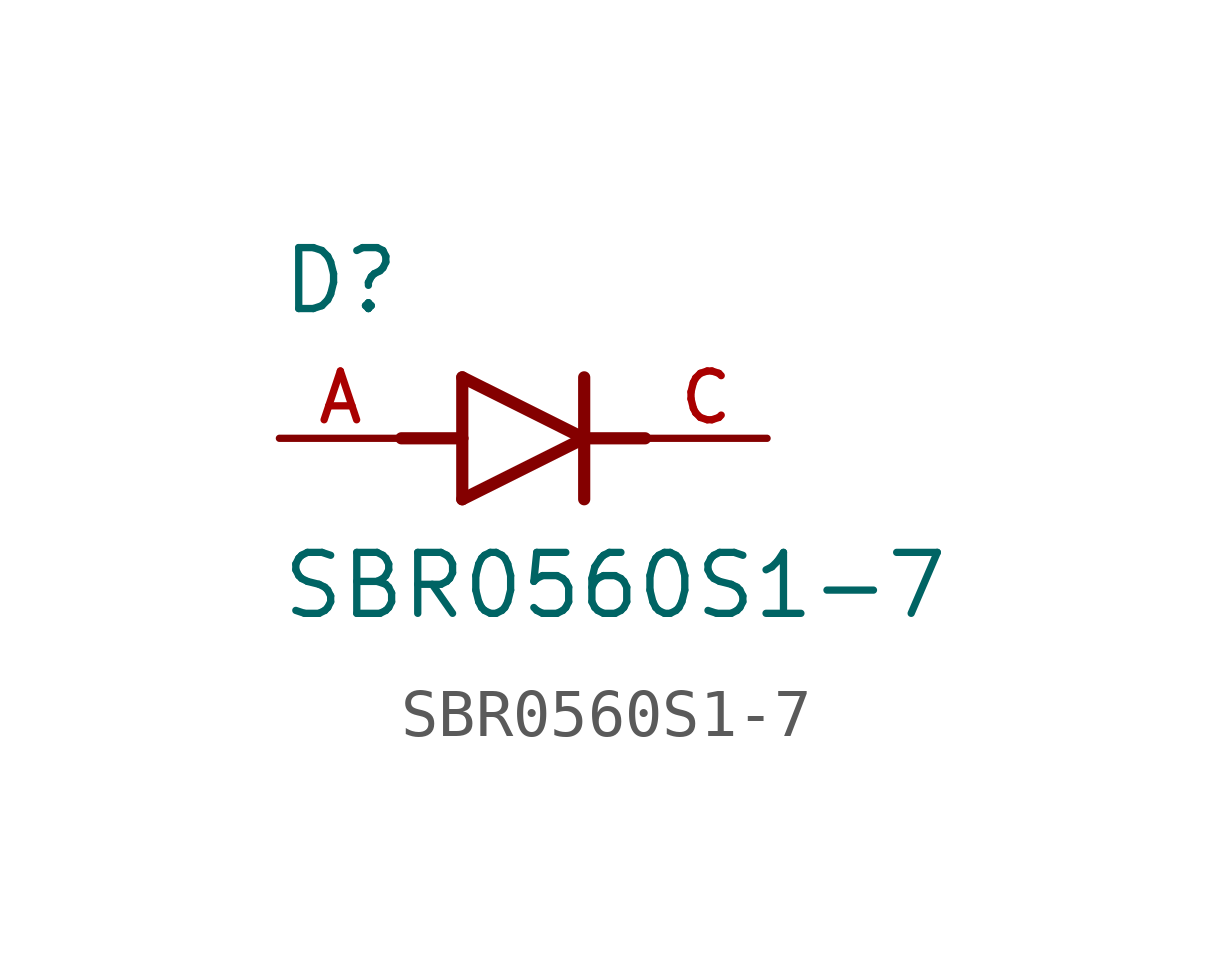
<source format=kicad_sym>
(kicad_symbol_lib
  (version 20211014)
  (generator kicad_symbol_editor)
  (symbol "SBR0560S1-7"
    (pin_names
      (offset 1.016))
    (property "Reference" "D"
      (at -5.08 2.54 0)
      (effects (font (size 1.27 1.27)) (justify bottom left)))
    (property "Value" "SBR0560S1-7"
      (at -5.08 -3.81 0)
      (effects (font (size 1.27 1.27)) (justify bottom left)))
    (symbol "SBR0560S1-7_0_0"
      (polyline (pts (xy -1.27 -1.27) (xy 1.27 0.0)) (stroke (width 0.254)))
      (polyline (pts (xy 1.27 0.0) (xy -1.27 1.27)) (stroke (width 0.254)))
      (polyline (pts (xy 1.27 1.27) (xy 1.27 0.0)) (stroke (width 0.254)))
      (polyline (pts (xy -1.27 1.27) (xy -1.27 0.0)) (stroke (width 0.254)))
      (polyline (pts (xy -1.27 0.0) (xy -1.27 -1.27)) (stroke (width 0.254)))
      (polyline (pts (xy 1.27 0.0) (xy 1.27 -1.27)) (stroke (width 0.254)))
      (polyline (pts (xy -2.54 0.0) (xy -1.27 0.0)) (stroke (width 0.254)))
      (polyline (pts (xy 1.27 0.0) (xy 2.54 0.0)) (stroke (width 0.254)))
      (pin passive line (at 5.08 0.0 180.0) (length 2.54) (name "~" (effects (font (size 1.016 1.016)))) (number "C" (effects (font (size 1.016 1.016)))))
      (pin passive line (at -5.08 0.0 0) (length 2.54) (name "~" (effects (font (size 1.016 1.016)))) (number "A" (effects (font (size 1.016 1.016))))))))
</source>
